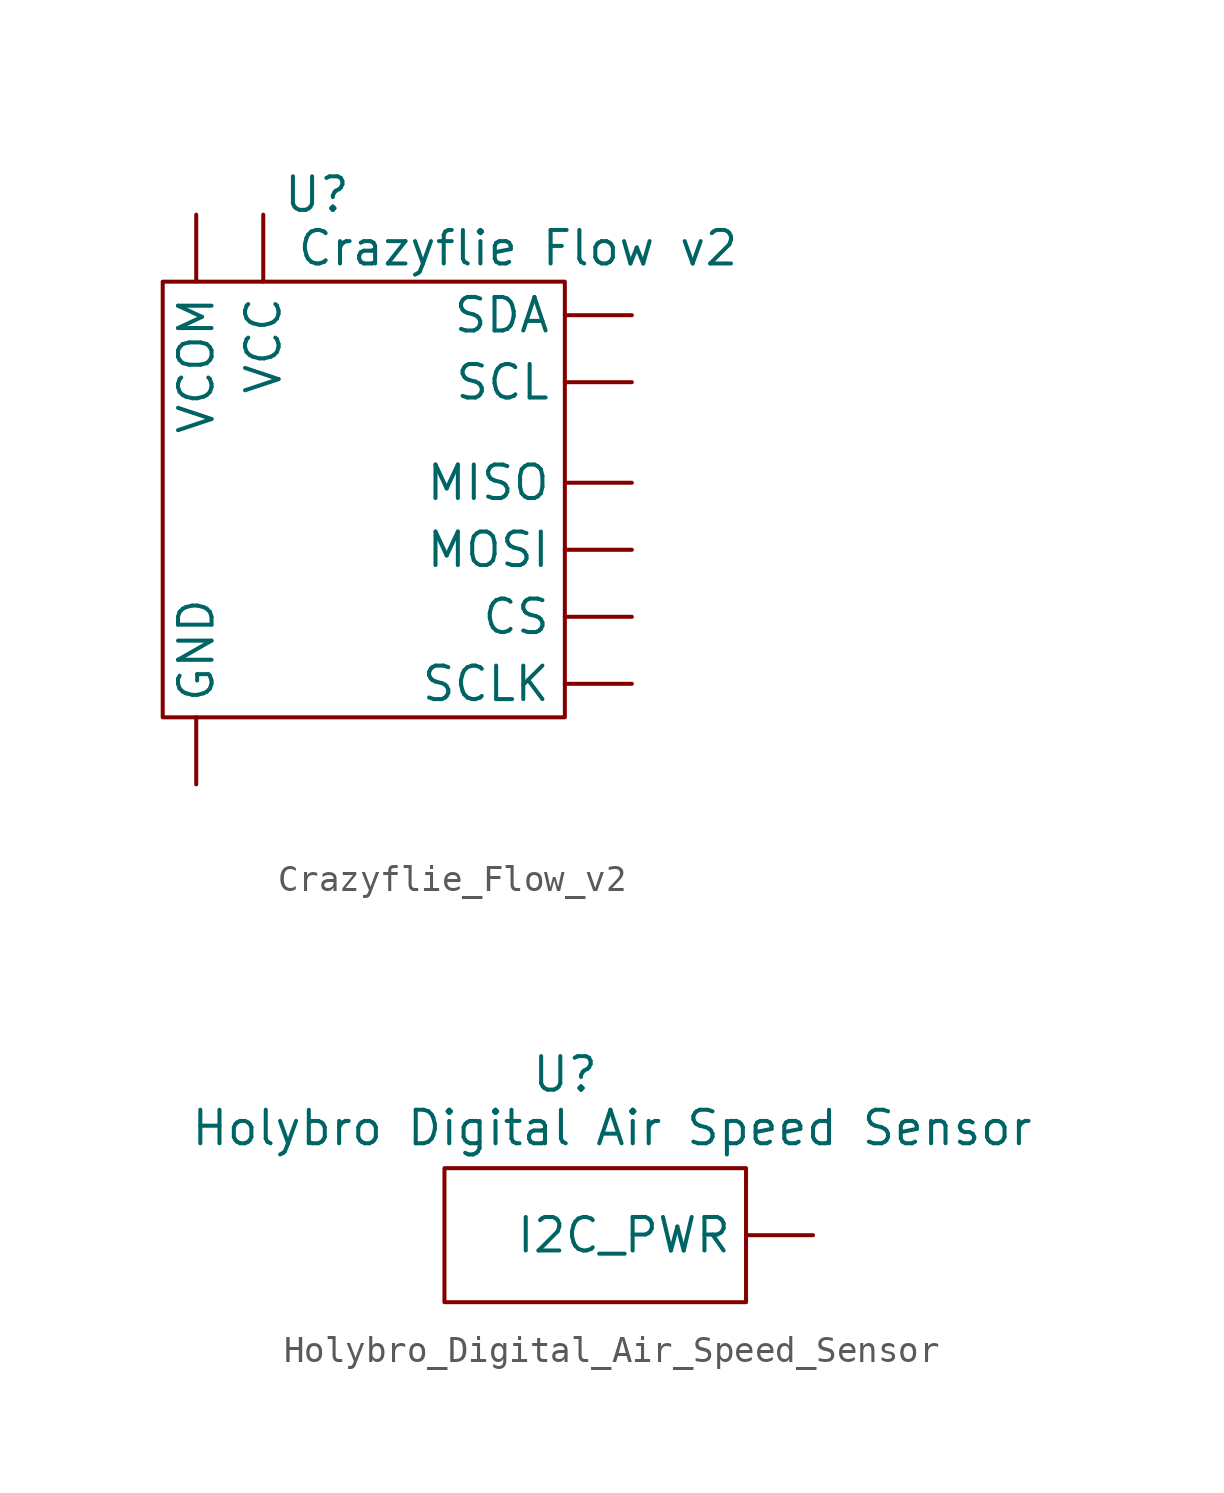
<source format=kicad_sym>
(kicad_symbol_lib
  (version 20231120)
  (generator "kicad_symbol_editor")
  (generator_version "8.0")
  (symbol "Crazyflie_Flow_v2"
    (property "Reference" "U"
      (at -3.048 9.652 0)
      (effects (font (size 1.27 1.27))))
    (property "Value" "Crazyflie Flow v2"
      (at 4.572 7.62 0)
      (effects (font (size 1.27 1.27))))
    (symbol "Crazyflie_Flow_v2_0_1"
      (rectangle (start -8.89 6.35) (end 6.35 -10.16) (stroke (width 0) (type default)) (fill (type none))))
    (symbol "Crazyflie_Flow_v2_1_1"
      (pin bidirectional line (at 8.89 -6.35 180) (length 2.54) (name "CS" (effects (font (size 1.27 1.27)))) (number "" (effects (font (size 1.27 1.27)))))
      (pin passive line (at -7.62 -12.7 90) (length 2.54) (name "GND" (effects (font (size 1.27 1.27)))) (number "" (effects (font (size 1.27 1.27)))))
      (pin output line (at 8.89 -1.27 180) (length 2.54) (name "MISO" (effects (font (size 1.27 1.27)))) (number "" (effects (font (size 1.27 1.27)))))
      (pin input line (at 8.89 -3.81 180) (length 2.54) (name "MOSI" (effects (font (size 1.27 1.27)))) (number "" (effects (font (size 1.27 1.27)))))
      (pin bidirectional line (at 8.89 2.54 180) (length 2.54) (name "SCL" (effects (font (size 1.27 1.27)))) (number "" (effects (font (size 1.27 1.27)))))
      (pin input line (at 8.89 -8.89 180) (length 2.54) (name "SCLK" (effects (font (size 1.27 1.27)))) (number "" (effects (font (size 1.27 1.27)))))
      (pin bidirectional line (at 8.89 5.08 180) (length 2.54) (name "SDA" (effects (font (size 1.27 1.27)))) (number "" (effects (font (size 1.27 1.27)))))
      (pin power_in line (at -5.08 8.89 270) (length 2.54) (name "VCC" (effects (font (size 1.27 1.27)))) (number "" (effects (font (size 1.27 1.27)))))
      (pin power_in line (at -7.62 8.89 270) (length 2.54) (name "VCOM" (effects (font (size 1.27 1.27)))) (number "" (effects (font (size 1.27 1.27)))))))
  (symbol "Holybro_Digital_Air_Speed_Sensor"
    (property "Reference" "U"
      (at -1.778 6.096 0)
      (effects (font (size 1.27 1.27))))
    (property "Value" "Holybro Digital Air Speed Sensor"
      (at 0 4.064 0)
      (effects (font (size 1.27 1.27))))
    (symbol "Holybro_Digital_Air_Speed_Sensor_0_1"
      (rectangle (start -6.35 2.54) (end 5.08 -2.54) (stroke (width 0) (type default)) (fill (type none))))
    (symbol "Holybro_Digital_Air_Speed_Sensor_1_1"
      (pin bidirectional line (at 7.62 0 180) (length 2.54) (name "I2C_PWR" (effects (font (size 1.27 1.27)))) (number "" (effects (font (size 1.27 1.27))))))))
</source>
